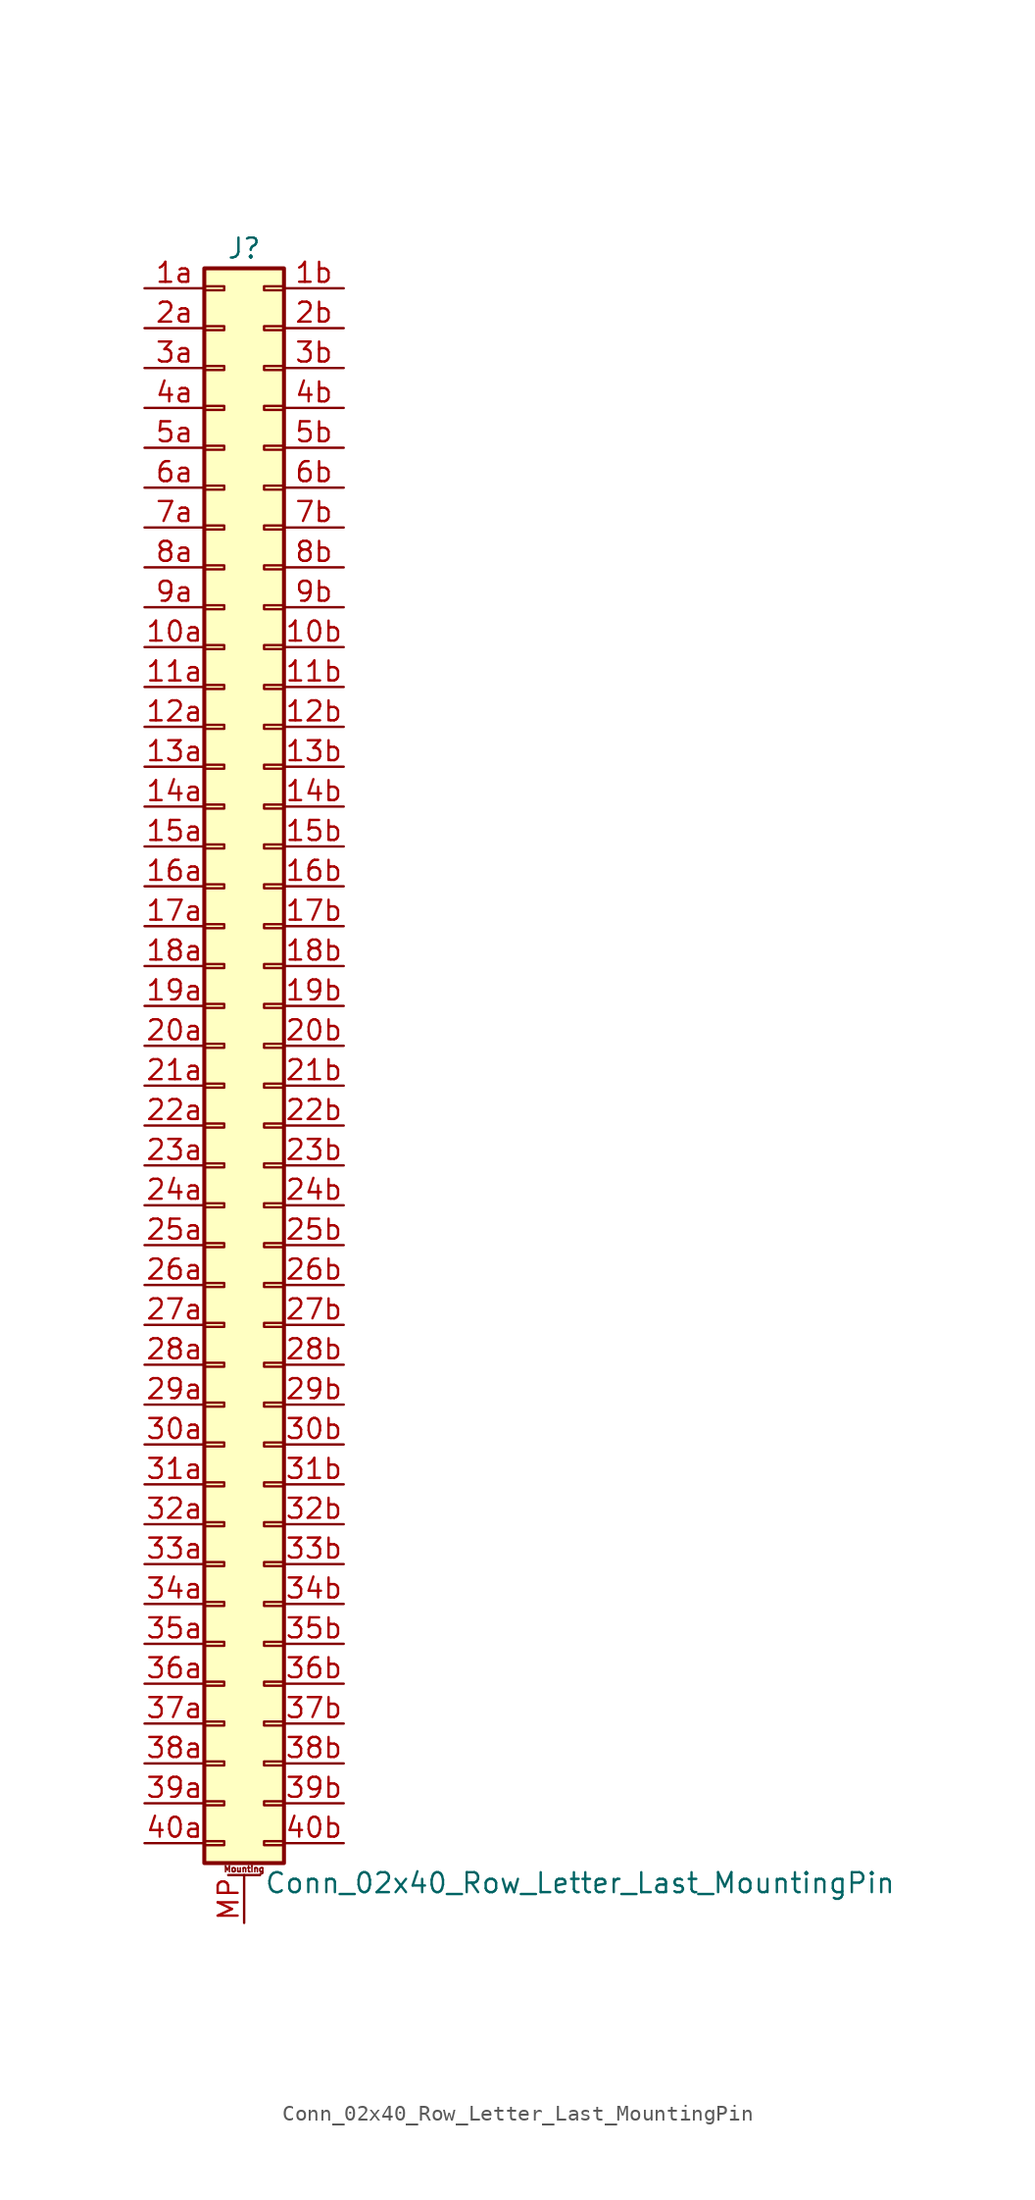
<source format=kicad_sym>
(kicad_symbol_lib
  (version 20201005)
  (generator kicad_symbol_editor)
  (symbol "Connector_Generic_MountingPin:Conn_02x40_Row_Letter_Last_MountingPin"
    (pin_names
      (offset 1.016) hide)
    (property "Reference" "J"
      (at 1.27 50.8 0)
      (effects (font (size 1.27 1.27))))
    (property "Value" "Conn_02x40_Row_Letter_Last_MountingPin"
      (at 2.54 -53.34 0)
      (effects (font (size 1.27 1.27)) (justify left)))
    (symbol "Conn_02x40_Row_Letter_Last_MountingPin_1_1"
      (text "Mounting" (at 1.27 -52.451 0) (effects (font (size 0.381 0.381))))
      (rectangle (start -1.27 -27.813) (end 0 -28.067) (stroke (width 0.152)) (fill (type none)))
      (rectangle (start -1.27 -30.353) (end 0 -30.607) (stroke (width 0.152)) (fill (type none)))
      (rectangle (start -1.27 -32.893) (end 0 -33.147) (stroke (width 0.152)) (fill (type none)))
      (rectangle (start -1.27 -35.433) (end 0 -35.687) (stroke (width 0.152)) (fill (type none)))
      (rectangle (start -1.27 -37.973) (end 0 -38.227) (stroke (width 0.152)) (fill (type none)))
      (rectangle (start -1.27 -40.513) (end 0 -40.767) (stroke (width 0.152)) (fill (type none)))
      (rectangle (start -1.27 -43.053) (end 0 -43.307) (stroke (width 0.152)) (fill (type none)))
      (rectangle (start -1.27 -45.593) (end 0 -45.847) (stroke (width 0.152)) (fill (type none)))
      (rectangle (start -1.27 -48.133) (end 0 -48.387) (stroke (width 0.152)) (fill (type none)))
      (rectangle (start -1.27 -4.953) (end 0 -5.207) (stroke (width 0.152)) (fill (type none)))
      (rectangle (start -1.27 -50.673) (end 0 -50.927) (stroke (width 0.152)) (fill (type none)))
      (rectangle (start -1.27 -7.493) (end 0 -7.747) (stroke (width 0.152)) (fill (type none)))
      (rectangle (start -1.27 -10.033) (end 0 -10.287) (stroke (width 0.152)) (fill (type none)))
      (rectangle (start -1.27 -12.573) (end 0 -12.827) (stroke (width 0.152)) (fill (type none)))
      (rectangle (start -1.27 -15.113) (end 0 -15.367) (stroke (width 0.152)) (fill (type none)))
      (rectangle (start -1.27 -17.653) (end 0 -17.907) (stroke (width 0.152)) (fill (type none)))
      (rectangle (start -1.27 -20.193) (end 0 -20.447) (stroke (width 0.152)) (fill (type none)))
      (rectangle (start -1.27 -22.733) (end 0 -22.987) (stroke (width 0.152)) (fill (type none)))
      (rectangle (start -1.27 -2.413) (end 0 -2.667) (stroke (width 0.152)) (fill (type none)))
      (rectangle (start -1.27 -25.273) (end 0 -25.527) (stroke (width 0.152)) (fill (type none)))
      (rectangle (start -1.27 25.527) (end 0 25.273) (stroke (width 0.152)) (fill (type none)))
      (rectangle (start -1.27 2.667) (end 0 2.413) (stroke (width 0.152)) (fill (type none)))
      (rectangle (start -1.27 28.067) (end 0 27.813) (stroke (width 0.152)) (fill (type none)))
      (rectangle (start -1.27 30.607) (end 0 30.353) (stroke (width 0.152)) (fill (type none)))
      (rectangle (start -1.27 33.147) (end 0 32.893) (stroke (width 0.152)) (fill (type none)))
      (rectangle (start -1.27 35.687) (end 0 35.433) (stroke (width 0.152)) (fill (type none)))
      (rectangle (start -1.27 38.227) (end 0 37.973) (stroke (width 0.152)) (fill (type none)))
      (rectangle (start -1.27 40.767) (end 0 40.513) (stroke (width 0.152)) (fill (type none)))
      (rectangle (start -1.27 43.307) (end 0 43.053) (stroke (width 0.152)) (fill (type none)))
      (rectangle (start -1.27 45.847) (end 0 45.593) (stroke (width 0.152)) (fill (type none)))
      (rectangle (start -1.27 48.387) (end 0 48.133) (stroke (width 0.152)) (fill (type none)))
      (rectangle (start -1.27 49.53) (end 3.81 -52.07) (stroke (width 0.254)) (fill (type background)))
      (rectangle (start -1.27 5.207) (end 0 4.953) (stroke (width 0.152)) (fill (type none)))
      (rectangle (start -1.27 7.747) (end 0 7.493) (stroke (width 0.152)) (fill (type none)))
      (rectangle (start -1.27 10.287) (end 0 10.033) (stroke (width 0.152)) (fill (type none)))
      (rectangle (start -1.27 0.127) (end 0 -0.127) (stroke (width 0.152)) (fill (type none)))
      (rectangle (start -1.27 12.827) (end 0 12.573) (stroke (width 0.152)) (fill (type none)))
      (rectangle (start -1.27 15.367) (end 0 15.113) (stroke (width 0.152)) (fill (type none)))
      (rectangle (start -1.27 17.907) (end 0 17.653) (stroke (width 0.152)) (fill (type none)))
      (rectangle (start -1.27 20.447) (end 0 20.193) (stroke (width 0.152)) (fill (type none)))
      (rectangle (start -1.27 22.987) (end 0 22.733) (stroke (width 0.152)) (fill (type none)))
      (rectangle (start 3.81 -27.813) (end 2.54 -28.067) (stroke (width 0.152)) (fill (type none)))
      (rectangle (start 3.81 -30.353) (end 2.54 -30.607) (stroke (width 0.152)) (fill (type none)))
      (rectangle (start 3.81 -32.893) (end 2.54 -33.147) (stroke (width 0.152)) (fill (type none)))
      (rectangle (start 3.81 -35.433) (end 2.54 -35.687) (stroke (width 0.152)) (fill (type none)))
      (rectangle (start 3.81 -37.973) (end 2.54 -38.227) (stroke (width 0.152)) (fill (type none)))
      (rectangle (start 3.81 -40.513) (end 2.54 -40.767) (stroke (width 0.152)) (fill (type none)))
      (rectangle (start 3.81 -43.053) (end 2.54 -43.307) (stroke (width 0.152)) (fill (type none)))
      (rectangle (start 3.81 -45.593) (end 2.54 -45.847) (stroke (width 0.152)) (fill (type none)))
      (rectangle (start 3.81 -48.133) (end 2.54 -48.387) (stroke (width 0.152)) (fill (type none)))
      (rectangle (start 3.81 -4.953) (end 2.54 -5.207) (stroke (width 0.152)) (fill (type none)))
      (rectangle (start 3.81 -50.673) (end 2.54 -50.927) (stroke (width 0.152)) (fill (type none)))
      (rectangle (start 3.81 -7.493) (end 2.54 -7.747) (stroke (width 0.152)) (fill (type none)))
      (rectangle (start 3.81 -10.033) (end 2.54 -10.287) (stroke (width 0.152)) (fill (type none)))
      (rectangle (start 3.81 -12.573) (end 2.54 -12.827) (stroke (width 0.152)) (fill (type none)))
      (rectangle (start 3.81 -15.113) (end 2.54 -15.367) (stroke (width 0.152)) (fill (type none)))
      (rectangle (start 3.81 -17.653) (end 2.54 -17.907) (stroke (width 0.152)) (fill (type none)))
      (rectangle (start 3.81 -20.193) (end 2.54 -20.447) (stroke (width 0.152)) (fill (type none)))
      (rectangle (start 3.81 -22.733) (end 2.54 -22.987) (stroke (width 0.152)) (fill (type none)))
      (rectangle (start 3.81 -2.413) (end 2.54 -2.667) (stroke (width 0.152)) (fill (type none)))
      (rectangle (start 3.81 -25.273) (end 2.54 -25.527) (stroke (width 0.152)) (fill (type none)))
      (rectangle (start 3.81 25.527) (end 2.54 25.273) (stroke (width 0.152)) (fill (type none)))
      (rectangle (start 3.81 2.667) (end 2.54 2.413) (stroke (width 0.152)) (fill (type none)))
      (rectangle (start 3.81 28.067) (end 2.54 27.813) (stroke (width 0.152)) (fill (type none)))
      (rectangle (start 3.81 30.607) (end 2.54 30.353) (stroke (width 0.152)) (fill (type none)))
      (rectangle (start 3.81 33.147) (end 2.54 32.893) (stroke (width 0.152)) (fill (type none)))
      (rectangle (start 3.81 35.687) (end 2.54 35.433) (stroke (width 0.152)) (fill (type none)))
      (rectangle (start 3.81 38.227) (end 2.54 37.973) (stroke (width 0.152)) (fill (type none)))
      (rectangle (start 3.81 40.767) (end 2.54 40.513) (stroke (width 0.152)) (fill (type none)))
      (rectangle (start 3.81 43.307) (end 2.54 43.053) (stroke (width 0.152)) (fill (type none)))
      (rectangle (start 3.81 45.847) (end 2.54 45.593) (stroke (width 0.152)) (fill (type none)))
      (rectangle (start 3.81 48.387) (end 2.54 48.133) (stroke (width 0.152)) (fill (type none)))
      (rectangle (start 3.81 5.207) (end 2.54 4.953) (stroke (width 0.152)) (fill (type none)))
      (rectangle (start 3.81 7.747) (end 2.54 7.493) (stroke (width 0.152)) (fill (type none)))
      (rectangle (start 3.81 10.287) (end 2.54 10.033) (stroke (width 0.152)) (fill (type none)))
      (rectangle (start 3.81 0.127) (end 2.54 -0.127) (stroke (width 0.152)) (fill (type none)))
      (rectangle (start 3.81 12.827) (end 2.54 12.573) (stroke (width 0.152)) (fill (type none)))
      (rectangle (start 3.81 15.367) (end 2.54 15.113) (stroke (width 0.152)) (fill (type none)))
      (rectangle (start 3.81 17.907) (end 2.54 17.653) (stroke (width 0.152)) (fill (type none)))
      (rectangle (start 3.81 20.447) (end 2.54 20.193) (stroke (width 0.152)) (fill (type none)))
      (rectangle (start 3.81 22.987) (end 2.54 22.733) (stroke (width 0.152)) (fill (type none)))
      (polyline (pts (xy 0.254 -52.832) (xy 2.286 -52.832)) (stroke (width 0.152)) (fill (type none)))
      (pin passive line (at 1.27 -55.88 90) (length 3.048) (name "MountPin" (effects (font (size 1.27 1.27)))) (number "MP" (effects (font (size 1.27 1.27)))))
      (pin passive line (at -5.08 25.4 0) (length 3.81) (name "Pin_10a" (effects (font (size 1.27 1.27)))) (number "10a" (effects (font (size 1.27 1.27)))))
      (pin passive line (at 7.62 25.4 180) (length 3.81) (name "Pin_10b" (effects (font (size 1.27 1.27)))) (number "10b" (effects (font (size 1.27 1.27)))))
      (pin passive line (at -5.08 22.86 0) (length 3.81) (name "Pin_11a" (effects (font (size 1.27 1.27)))) (number "11a" (effects (font (size 1.27 1.27)))))
      (pin passive line (at 7.62 22.86 180) (length 3.81) (name "Pin_11b" (effects (font (size 1.27 1.27)))) (number "11b" (effects (font (size 1.27 1.27)))))
      (pin passive line (at -5.08 20.32 0) (length 3.81) (name "Pin_12a" (effects (font (size 1.27 1.27)))) (number "12a" (effects (font (size 1.27 1.27)))))
      (pin passive line (at 7.62 20.32 180) (length 3.81) (name "Pin_12b" (effects (font (size 1.27 1.27)))) (number "12b" (effects (font (size 1.27 1.27)))))
      (pin passive line (at -5.08 17.78 0) (length 3.81) (name "Pin_13a" (effects (font (size 1.27 1.27)))) (number "13a" (effects (font (size 1.27 1.27)))))
      (pin passive line (at 7.62 17.78 180) (length 3.81) (name "Pin_13b" (effects (font (size 1.27 1.27)))) (number "13b" (effects (font (size 1.27 1.27)))))
      (pin passive line (at -5.08 15.24 0) (length 3.81) (name "Pin_14a" (effects (font (size 1.27 1.27)))) (number "14a" (effects (font (size 1.27 1.27)))))
      (pin passive line (at 7.62 15.24 180) (length 3.81) (name "Pin_14b" (effects (font (size 1.27 1.27)))) (number "14b" (effects (font (size 1.27 1.27)))))
      (pin passive line (at -5.08 12.7 0) (length 3.81) (name "Pin_15a" (effects (font (size 1.27 1.27)))) (number "15a" (effects (font (size 1.27 1.27)))))
      (pin passive line (at 7.62 12.7 180) (length 3.81) (name "Pin_15b" (effects (font (size 1.27 1.27)))) (number "15b" (effects (font (size 1.27 1.27)))))
      (pin passive line (at -5.08 10.16 0) (length 3.81) (name "Pin_16a" (effects (font (size 1.27 1.27)))) (number "16a" (effects (font (size 1.27 1.27)))))
      (pin passive line (at 7.62 10.16 180) (length 3.81) (name "Pin_16b" (effects (font (size 1.27 1.27)))) (number "16b" (effects (font (size 1.27 1.27)))))
      (pin passive line (at -5.08 7.62 0) (length 3.81) (name "Pin_17a" (effects (font (size 1.27 1.27)))) (number "17a" (effects (font (size 1.27 1.27)))))
      (pin passive line (at 7.62 7.62 180) (length 3.81) (name "Pin_17b" (effects (font (size 1.27 1.27)))) (number "17b" (effects (font (size 1.27 1.27)))))
      (pin passive line (at -5.08 5.08 0) (length 3.81) (name "Pin_18a" (effects (font (size 1.27 1.27)))) (number "18a" (effects (font (size 1.27 1.27)))))
      (pin passive line (at 7.62 5.08 180) (length 3.81) (name "Pin_18b" (effects (font (size 1.27 1.27)))) (number "18b" (effects (font (size 1.27 1.27)))))
      (pin passive line (at -5.08 2.54 0) (length 3.81) (name "Pin_19a" (effects (font (size 1.27 1.27)))) (number "19a" (effects (font (size 1.27 1.27)))))
      (pin passive line (at 7.62 2.54 180) (length 3.81) (name "Pin_19b" (effects (font (size 1.27 1.27)))) (number "19b" (effects (font (size 1.27 1.27)))))
      (pin passive line (at -5.08 48.26 0) (length 3.81) (name "Pin_1a" (effects (font (size 1.27 1.27)))) (number "1a" (effects (font (size 1.27 1.27)))))
      (pin passive line (at 7.62 48.26 180) (length 3.81) (name "Pin_1b" (effects (font (size 1.27 1.27)))) (number "1b" (effects (font (size 1.27 1.27)))))
      (pin passive line (at -5.08 0 0) (length 3.81) (name "Pin_20a" (effects (font (size 1.27 1.27)))) (number "20a" (effects (font (size 1.27 1.27)))))
      (pin passive line (at 7.62 0 180) (length 3.81) (name "Pin_20b" (effects (font (size 1.27 1.27)))) (number "20b" (effects (font (size 1.27 1.27)))))
      (pin passive line (at -5.08 -2.54 0) (length 3.81) (name "Pin_21a" (effects (font (size 1.27 1.27)))) (number "21a" (effects (font (size 1.27 1.27)))))
      (pin passive line (at 7.62 -2.54 180) (length 3.81) (name "Pin_21b" (effects (font (size 1.27 1.27)))) (number "21b" (effects (font (size 1.27 1.27)))))
      (pin passive line (at -5.08 -5.08 0) (length 3.81) (name "Pin_22a" (effects (font (size 1.27 1.27)))) (number "22a" (effects (font (size 1.27 1.27)))))
      (pin passive line (at 7.62 -5.08 180) (length 3.81) (name "Pin_22b" (effects (font (size 1.27 1.27)))) (number "22b" (effects (font (size 1.27 1.27)))))
      (pin passive line (at -5.08 -7.62 0) (length 3.81) (name "Pin_23a" (effects (font (size 1.27 1.27)))) (number "23a" (effects (font (size 1.27 1.27)))))
      (pin passive line (at 7.62 -7.62 180) (length 3.81) (name "Pin_23b" (effects (font (size 1.27 1.27)))) (number "23b" (effects (font (size 1.27 1.27)))))
      (pin passive line (at -5.08 -10.16 0) (length 3.81) (name "Pin_24a" (effects (font (size 1.27 1.27)))) (number "24a" (effects (font (size 1.27 1.27)))))
      (pin passive line (at 7.62 -10.16 180) (length 3.81) (name "Pin_24b" (effects (font (size 1.27 1.27)))) (number "24b" (effects (font (size 1.27 1.27)))))
      (pin passive line (at -5.08 -12.7 0) (length 3.81) (name "Pin_25a" (effects (font (size 1.27 1.27)))) (number "25a" (effects (font (size 1.27 1.27)))))
      (pin passive line (at 7.62 -12.7 180) (length 3.81) (name "Pin_25b" (effects (font (size 1.27 1.27)))) (number "25b" (effects (font (size 1.27 1.27)))))
      (pin passive line (at -5.08 -15.24 0) (length 3.81) (name "Pin_26a" (effects (font (size 1.27 1.27)))) (number "26a" (effects (font (size 1.27 1.27)))))
      (pin passive line (at 7.62 -15.24 180) (length 3.81) (name "Pin_26b" (effects (font (size 1.27 1.27)))) (number "26b" (effects (font (size 1.27 1.27)))))
      (pin passive line (at -5.08 -17.78 0) (length 3.81) (name "Pin_27a" (effects (font (size 1.27 1.27)))) (number "27a" (effects (font (size 1.27 1.27)))))
      (pin passive line (at 7.62 -17.78 180) (length 3.81) (name "Pin_27b" (effects (font (size 1.27 1.27)))) (number "27b" (effects (font (size 1.27 1.27)))))
      (pin passive line (at -5.08 -20.32 0) (length 3.81) (name "Pin_28a" (effects (font (size 1.27 1.27)))) (number "28a" (effects (font (size 1.27 1.27)))))
      (pin passive line (at 7.62 -20.32 180) (length 3.81) (name "Pin_28b" (effects (font (size 1.27 1.27)))) (number "28b" (effects (font (size 1.27 1.27)))))
      (pin passive line (at -5.08 -22.86 0) (length 3.81) (name "Pin_29a" (effects (font (size 1.27 1.27)))) (number "29a" (effects (font (size 1.27 1.27)))))
      (pin passive line (at 7.62 -22.86 180) (length 3.81) (name "Pin_29b" (effects (font (size 1.27 1.27)))) (number "29b" (effects (font (size 1.27 1.27)))))
      (pin passive line (at -5.08 45.72 0) (length 3.81) (name "Pin_2a" (effects (font (size 1.27 1.27)))) (number "2a" (effects (font (size 1.27 1.27)))))
      (pin passive line (at 7.62 45.72 180) (length 3.81) (name "Pin_2b" (effects (font (size 1.27 1.27)))) (number "2b" (effects (font (size 1.27 1.27)))))
      (pin passive line (at -5.08 -25.4 0) (length 3.81) (name "Pin_30a" (effects (font (size 1.27 1.27)))) (number "30a" (effects (font (size 1.27 1.27)))))
      (pin passive line (at 7.62 -25.4 180) (length 3.81) (name "Pin_30b" (effects (font (size 1.27 1.27)))) (number "30b" (effects (font (size 1.27 1.27)))))
      (pin passive line (at -5.08 -27.94 0) (length 3.81) (name "Pin_31a" (effects (font (size 1.27 1.27)))) (number "31a" (effects (font (size 1.27 1.27)))))
      (pin passive line (at 7.62 -27.94 180) (length 3.81) (name "Pin_31b" (effects (font (size 1.27 1.27)))) (number "31b" (effects (font (size 1.27 1.27)))))
      (pin passive line (at -5.08 -30.48 0) (length 3.81) (name "Pin_32a" (effects (font (size 1.27 1.27)))) (number "32a" (effects (font (size 1.27 1.27)))))
      (pin passive line (at 7.62 -30.48 180) (length 3.81) (name "Pin_32b" (effects (font (size 1.27 1.27)))) (number "32b" (effects (font (size 1.27 1.27)))))
      (pin passive line (at -5.08 -33.02 0) (length 3.81) (name "Pin_33a" (effects (font (size 1.27 1.27)))) (number "33a" (effects (font (size 1.27 1.27)))))
      (pin passive line (at 7.62 -33.02 180) (length 3.81) (name "Pin_33b" (effects (font (size 1.27 1.27)))) (number "33b" (effects (font (size 1.27 1.27)))))
      (pin passive line (at -5.08 -35.56 0) (length 3.81) (name "Pin_34a" (effects (font (size 1.27 1.27)))) (number "34a" (effects (font (size 1.27 1.27)))))
      (pin passive line (at 7.62 -35.56 180) (length 3.81) (name "Pin_34b" (effects (font (size 1.27 1.27)))) (number "34b" (effects (font (size 1.27 1.27)))))
      (pin passive line (at -5.08 -38.1 0) (length 3.81) (name "Pin_35a" (effects (font (size 1.27 1.27)))) (number "35a" (effects (font (size 1.27 1.27)))))
      (pin passive line (at 7.62 -38.1 180) (length 3.81) (name "Pin_35b" (effects (font (size 1.27 1.27)))) (number "35b" (effects (font (size 1.27 1.27)))))
      (pin passive line (at -5.08 -40.64 0) (length 3.81) (name "Pin_36a" (effects (font (size 1.27 1.27)))) (number "36a" (effects (font (size 1.27 1.27)))))
      (pin passive line (at 7.62 -40.64 180) (length 3.81) (name "Pin_36b" (effects (font (size 1.27 1.27)))) (number "36b" (effects (font (size 1.27 1.27)))))
      (pin passive line (at -5.08 -43.18 0) (length 3.81) (name "Pin_37a" (effects (font (size 1.27 1.27)))) (number "37a" (effects (font (size 1.27 1.27)))))
      (pin passive line (at 7.62 -43.18 180) (length 3.81) (name "Pin_37b" (effects (font (size 1.27 1.27)))) (number "37b" (effects (font (size 1.27 1.27)))))
      (pin passive line (at -5.08 -45.72 0) (length 3.81) (name "Pin_38a" (effects (font (size 1.27 1.27)))) (number "38a" (effects (font (size 1.27 1.27)))))
      (pin passive line (at 7.62 -45.72 180) (length 3.81) (name "Pin_38b" (effects (font (size 1.27 1.27)))) (number "38b" (effects (font (size 1.27 1.27)))))
      (pin passive line (at -5.08 -48.26 0) (length 3.81) (name "Pin_39a" (effects (font (size 1.27 1.27)))) (number "39a" (effects (font (size 1.27 1.27)))))
      (pin passive line (at 7.62 -48.26 180) (length 3.81) (name "Pin_39b" (effects (font (size 1.27 1.27)))) (number "39b" (effects (font (size 1.27 1.27)))))
      (pin passive line (at -5.08 43.18 0) (length 3.81) (name "Pin_3a" (effects (font (size 1.27 1.27)))) (number "3a" (effects (font (size 1.27 1.27)))))
      (pin passive line (at 7.62 43.18 180) (length 3.81) (name "Pin_3b" (effects (font (size 1.27 1.27)))) (number "3b" (effects (font (size 1.27 1.27)))))
      (pin passive line (at -5.08 -50.8 0) (length 3.81) (name "Pin_40a" (effects (font (size 1.27 1.27)))) (number "40a" (effects (font (size 1.27 1.27)))))
      (pin passive line (at 7.62 -50.8 180) (length 3.81) (name "Pin_40b" (effects (font (size 1.27 1.27)))) (number "40b" (effects (font (size 1.27 1.27)))))
      (pin passive line (at -5.08 40.64 0) (length 3.81) (name "Pin_4a" (effects (font (size 1.27 1.27)))) (number "4a" (effects (font (size 1.27 1.27)))))
      (pin passive line (at 7.62 40.64 180) (length 3.81) (name "Pin_4b" (effects (font (size 1.27 1.27)))) (number "4b" (effects (font (size 1.27 1.27)))))
      (pin passive line (at -5.08 38.1 0) (length 3.81) (name "Pin_5a" (effects (font (size 1.27 1.27)))) (number "5a" (effects (font (size 1.27 1.27)))))
      (pin passive line (at 7.62 38.1 180) (length 3.81) (name "Pin_5b" (effects (font (size 1.27 1.27)))) (number "5b" (effects (font (size 1.27 1.27)))))
      (pin passive line (at -5.08 35.56 0) (length 3.81) (name "Pin_6a" (effects (font (size 1.27 1.27)))) (number "6a" (effects (font (size 1.27 1.27)))))
      (pin passive line (at 7.62 35.56 180) (length 3.81) (name "Pin_6b" (effects (font (size 1.27 1.27)))) (number "6b" (effects (font (size 1.27 1.27)))))
      (pin passive line (at -5.08 33.02 0) (length 3.81) (name "Pin_7a" (effects (font (size 1.27 1.27)))) (number "7a" (effects (font (size 1.27 1.27)))))
      (pin passive line (at 7.62 33.02 180) (length 3.81) (name "Pin_7b" (effects (font (size 1.27 1.27)))) (number "7b" (effects (font (size 1.27 1.27)))))
      (pin passive line (at -5.08 30.48 0) (length 3.81) (name "Pin_8a" (effects (font (size 1.27 1.27)))) (number "8a" (effects (font (size 1.27 1.27)))))
      (pin passive line (at 7.62 30.48 180) (length 3.81) (name "Pin_8b" (effects (font (size 1.27 1.27)))) (number "8b" (effects (font (size 1.27 1.27)))))
      (pin passive line (at -5.08 27.94 0) (length 3.81) (name "Pin_9a" (effects (font (size 1.27 1.27)))) (number "9a" (effects (font (size 1.27 1.27)))))
      (pin passive line (at 7.62 27.94 180) (length 3.81) (name "Pin_9b" (effects (font (size 1.27 1.27)))) (number "9b" (effects (font (size 1.27 1.27))))))))
</source>
